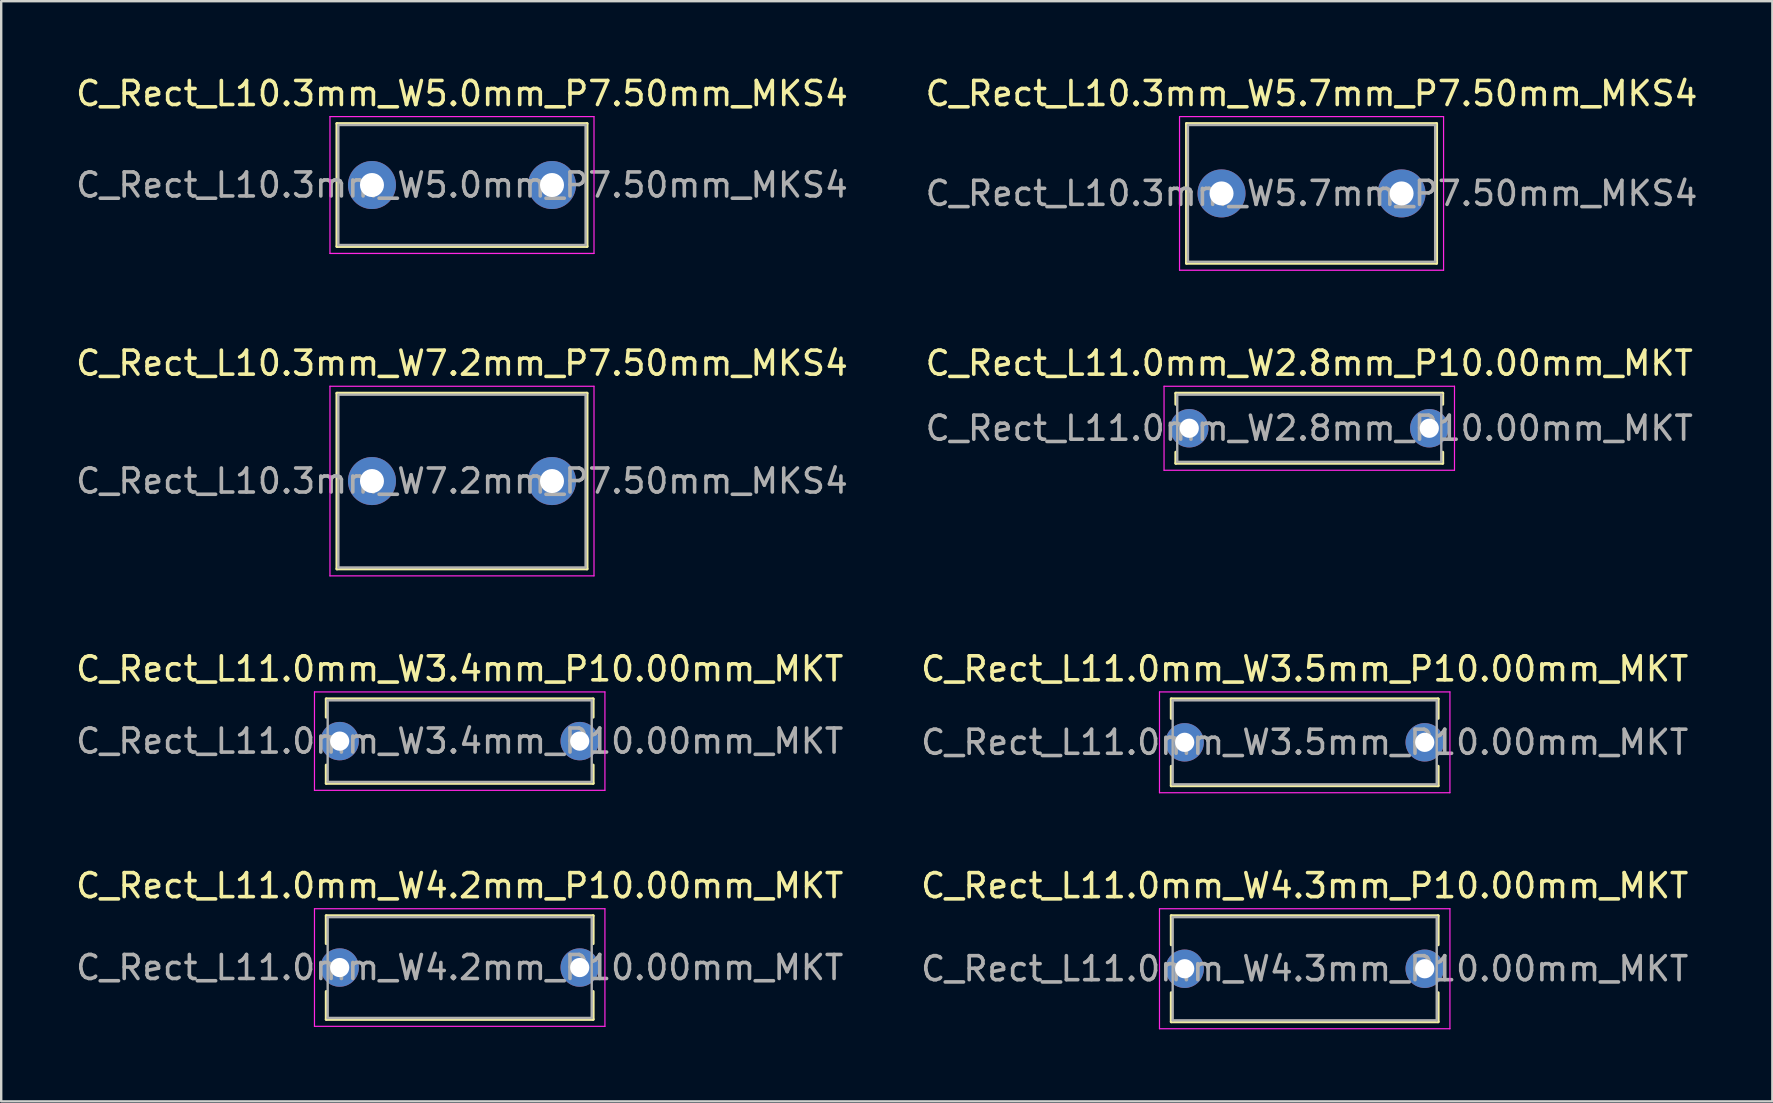
<source format=kicad_pcb>
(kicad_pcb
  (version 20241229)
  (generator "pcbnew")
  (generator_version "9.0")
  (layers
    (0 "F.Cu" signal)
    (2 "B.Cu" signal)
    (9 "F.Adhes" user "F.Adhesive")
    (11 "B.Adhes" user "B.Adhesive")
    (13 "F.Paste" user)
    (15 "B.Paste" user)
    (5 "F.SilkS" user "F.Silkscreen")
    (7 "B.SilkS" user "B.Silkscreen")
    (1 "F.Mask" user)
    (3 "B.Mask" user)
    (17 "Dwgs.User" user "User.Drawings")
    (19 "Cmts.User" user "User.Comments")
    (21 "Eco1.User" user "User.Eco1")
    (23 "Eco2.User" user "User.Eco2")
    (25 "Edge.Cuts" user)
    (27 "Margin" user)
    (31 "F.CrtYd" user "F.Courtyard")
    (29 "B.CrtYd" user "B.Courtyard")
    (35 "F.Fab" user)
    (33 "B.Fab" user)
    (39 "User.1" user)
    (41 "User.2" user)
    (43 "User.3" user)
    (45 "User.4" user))
  (footprint "C_Rect_L11.0mm_W4.3mm_P10.00mm_MKT"
    (layer "F.Cu")
    (at 46.304 37.308)
    (property "Reference" "C_Rect_L11.0mm_W4.3mm_P10.00mm_MKT" (at 5 -3.46 0) (layer "F.SilkS") (effects (font (size 1 1) (thickness 0.15))))
    (attr through_hole)
    (fp_line (start -0.56 -2.21) (end -0.56 -0.996) (stroke (width 0.12) (type solid)) (layer "F.SilkS"))
    (fp_line (start -0.56 -2.21) (end 10.56 -2.21) (stroke (width 0.12) (type solid)) (layer "F.SilkS"))
    (fp_line (start -0.56 0.996) (end -0.56 2.21) (stroke (width 0.12) (type solid)) (layer "F.SilkS"))
    (fp_line (start -0.56 2.21) (end 10.56 2.21) (stroke (width 0.12) (type solid)) (layer "F.SilkS"))
    (fp_line (start 10.56 -2.21) (end 10.56 -0.996) (stroke (width 0.12) (type solid)) (layer "F.SilkS"))
    (fp_line (start 10.56 0.996) (end 10.56 2.21) (stroke (width 0.12) (type solid)) (layer "F.SilkS"))
    (fp_line (start -1.05 -2.5) (end -1.05 2.5) (stroke (width 0.05) (type solid)) (layer "F.CrtYd"))
    (fp_line (start -1.05 2.5) (end 11.05 2.5) (stroke (width 0.05) (type solid)) (layer "F.CrtYd"))
    (fp_line (start 11.05 -2.5) (end -1.05 -2.5) (stroke (width 0.05) (type solid)) (layer "F.CrtYd"))
    (fp_line (start 11.05 2.5) (end 11.05 -2.5) (stroke (width 0.05) (type solid)) (layer "F.CrtYd"))
    (fp_line (start -0.5 -2.15) (end -0.5 2.15) (stroke (width 0.1) (type solid)) (layer "F.Fab"))
    (fp_line (start -0.5 2.15) (end 10.5 2.15) (stroke (width 0.1) (type solid)) (layer "F.Fab"))
    (fp_line (start 10.5 -2.15) (end -0.5 -2.15) (stroke (width 0.1) (type solid)) (layer "F.Fab"))
    (fp_line (start 10.5 2.15) (end 10.5 -2.15) (stroke (width 0.1) (type solid)) (layer "F.Fab"))
    (fp_text user "${REFERENCE}" (at 5 0 0) (layer "F.Fab") (effects (font (size 1 1) (thickness 0.15))))
    (pad "1" thru_hole circle (at 0 0) (size 1.6 1.6) (drill 0.8) (layers "*.Cu" "*.Mask"))
    (pad "2" thru_hole circle (at 10 0) (size 1.6 1.6) (drill 0.8) (layers "*.Cu" "*.Mask")))
  (footprint "C_Rect_L10.3mm_W5.7mm_P7.50mm_MKS4"
    (layer "F.Cu")
    (at 47.839 5.008)
    (property "Reference" "C_Rect_L10.3mm_W5.7mm_P7.50mm_MKS4" (at 3.75 -4.16 0) (layer "F.SilkS") (effects (font (size 1 1) (thickness 0.15))))
    (attr through_hole)
    (fp_line (start -1.46 -2.91) (end -1.46 2.91) (stroke (width 0.12) (type solid)) (layer "F.SilkS"))
    (fp_line (start -1.46 -2.91) (end 8.96 -2.91) (stroke (width 0.12) (type solid)) (layer "F.SilkS"))
    (fp_line (start -1.46 2.91) (end 8.96 2.91) (stroke (width 0.12) (type solid)) (layer "F.SilkS"))
    (fp_line (start 8.96 -2.91) (end 8.96 2.91) (stroke (width 0.12) (type solid)) (layer "F.SilkS"))
    (fp_line (start -1.75 -3.2) (end -1.75 3.2) (stroke (width 0.05) (type solid)) (layer "F.CrtYd"))
    (fp_line (start -1.75 3.2) (end 9.25 3.2) (stroke (width 0.05) (type solid)) (layer "F.CrtYd"))
    (fp_line (start 9.25 -3.2) (end -1.75 -3.2) (stroke (width 0.05) (type solid)) (layer "F.CrtYd"))
    (fp_line (start 9.25 3.2) (end 9.25 -3.2) (stroke (width 0.05) (type solid)) (layer "F.CrtYd"))
    (fp_line (start -1.4 -2.85) (end -1.4 2.85) (stroke (width 0.1) (type solid)) (layer "F.Fab"))
    (fp_line (start -1.4 2.85) (end 8.9 2.85) (stroke (width 0.1) (type solid)) (layer "F.Fab"))
    (fp_line (start 8.9 -2.85) (end -1.4 -2.85) (stroke (width 0.1) (type solid)) (layer "F.Fab"))
    (fp_line (start 8.9 2.85) (end 8.9 -2.85) (stroke (width 0.1) (type solid)) (layer "F.Fab"))
    (fp_text user "${REFERENCE}" (at 3.75 0 0) (layer "F.Fab") (effects (font (size 1 1) (thickness 0.15))))
    (pad "1" thru_hole circle (at 0 0) (size 2 2) (drill 1) (layers "*.Cu" "*.Mask"))
    (pad "2" thru_hole circle (at 7.5 0) (size 2 2) (drill 1) (layers "*.Cu" "*.Mask")))
  (footprint "C_Rect_L11.0mm_W3.4mm_P10.00mm_MKT"
    (layer "F.Cu")
    (at 11.101 27.825)
    (property "Reference" "C_Rect_L11.0mm_W3.4mm_P10.00mm_MKT" (at 5 -3.01 0) (layer "F.SilkS") (effects (font (size 1 1) (thickness 0.15))))
    (attr through_hole)
    (fp_line (start -0.56 -1.76) (end -0.56 -0.996) (stroke (width 0.12) (type solid)) (layer "F.SilkS"))
    (fp_line (start -0.56 -1.76) (end 10.56 -1.76) (stroke (width 0.12) (type solid)) (layer "F.SilkS"))
    (fp_line (start -0.56 0.996) (end -0.56 1.76) (stroke (width 0.12) (type solid)) (layer "F.SilkS"))
    (fp_line (start -0.56 1.76) (end 10.56 1.76) (stroke (width 0.12) (type solid)) (layer "F.SilkS"))
    (fp_line (start 10.56 -1.76) (end 10.56 -0.996) (stroke (width 0.12) (type solid)) (layer "F.SilkS"))
    (fp_line (start 10.56 0.996) (end 10.56 1.76) (stroke (width 0.12) (type solid)) (layer "F.SilkS"))
    (fp_line (start -1.05 -2.05) (end -1.05 2.05) (stroke (width 0.05) (type solid)) (layer "F.CrtYd"))
    (fp_line (start -1.05 2.05) (end 11.05 2.05) (stroke (width 0.05) (type solid)) (layer "F.CrtYd"))
    (fp_line (start 11.05 -2.05) (end -1.05 -2.05) (stroke (width 0.05) (type solid)) (layer "F.CrtYd"))
    (fp_line (start 11.05 2.05) (end 11.05 -2.05) (stroke (width 0.05) (type solid)) (layer "F.CrtYd"))
    (fp_line (start -0.5 -1.7) (end -0.5 1.7) (stroke (width 0.1) (type solid)) (layer "F.Fab"))
    (fp_line (start -0.5 1.7) (end 10.5 1.7) (stroke (width 0.1) (type solid)) (layer "F.Fab"))
    (fp_line (start 10.5 -1.7) (end -0.5 -1.7) (stroke (width 0.1) (type solid)) (layer "F.Fab"))
    (fp_line (start 10.5 1.7) (end 10.5 -1.7) (stroke (width 0.1) (type solid)) (layer "F.Fab"))
    (fp_text user "${REFERENCE}" (at 5 0 0) (layer "F.Fab") (effects (font (size 1 1) (thickness 0.15))))
    (pad "1" thru_hole circle (at 0 0) (size 1.6 1.6) (drill 0.8) (layers "*.Cu" "*.Mask"))
    (pad "2" thru_hole circle (at 10 0) (size 1.6 1.6) (drill 0.8) (layers "*.Cu" "*.Mask")))
  (footprint "C_Rect_L11.0mm_W2.8mm_P10.00mm_MKT"
    (layer "F.Cu")
    (at 46.494 14.791)
    (property "Reference" "C_Rect_L11.0mm_W2.8mm_P10.00mm_MKT" (at 5 -2.71 0) (layer "F.SilkS") (effects (font (size 1 1) (thickness 0.15))))
    (attr through_hole)
    (fp_line (start -0.56 -1.46) (end -0.56 -0.996) (stroke (width 0.12) (type solid)) (layer "F.SilkS"))
    (fp_line (start -0.56 -1.46) (end 10.56 -1.46) (stroke (width 0.12) (type solid)) (layer "F.SilkS"))
    (fp_line (start -0.56 0.996) (end -0.56 1.46) (stroke (width 0.12) (type solid)) (layer "F.SilkS"))
    (fp_line (start -0.56 1.46) (end 10.56 1.46) (stroke (width 0.12) (type solid)) (layer "F.SilkS"))
    (fp_line (start 10.56 -1.46) (end 10.56 -0.996) (stroke (width 0.12) (type solid)) (layer "F.SilkS"))
    (fp_line (start 10.56 0.996) (end 10.56 1.46) (stroke (width 0.12) (type solid)) (layer "F.SilkS"))
    (fp_line (start -1.05 -1.75) (end -1.05 1.75) (stroke (width 0.05) (type solid)) (layer "F.CrtYd"))
    (fp_line (start -1.05 1.75) (end 11.05 1.75) (stroke (width 0.05) (type solid)) (layer "F.CrtYd"))
    (fp_line (start 11.05 -1.75) (end -1.05 -1.75) (stroke (width 0.05) (type solid)) (layer "F.CrtYd"))
    (fp_line (start 11.05 1.75) (end 11.05 -1.75) (stroke (width 0.05) (type solid)) (layer "F.CrtYd"))
    (fp_line (start -0.5 -1.4) (end -0.5 1.4) (stroke (width 0.1) (type solid)) (layer "F.Fab"))
    (fp_line (start -0.5 1.4) (end 10.5 1.4) (stroke (width 0.1) (type solid)) (layer "F.Fab"))
    (fp_line (start 10.5 -1.4) (end -0.5 -1.4) (stroke (width 0.1) (type solid)) (layer "F.Fab"))
    (fp_line (start 10.5 1.4) (end 10.5 -1.4) (stroke (width 0.1) (type solid)) (layer "F.Fab"))
    (fp_text user "${REFERENCE}" (at 5 0 0) (layer "F.Fab") (effects (font (size 1 1) (thickness 0.15))))
    (pad "1" thru_hole circle (at 0 0) (size 1.6 1.6) (drill 0.8) (layers "*.Cu" "*.Mask"))
    (pad "2" thru_hole circle (at 10 0) (size 1.6 1.6) (drill 0.8) (layers "*.Cu" "*.Mask")))
  (footprint "C_Rect_L11.0mm_W3.5mm_P10.00mm_MKT"
    (layer "F.Cu")
    (at 46.304 27.875)
    (property "Reference" "C_Rect_L11.0mm_W3.5mm_P10.00mm_MKT" (at 5 -3.06 0) (layer "F.SilkS") (effects (font (size 1 1) (thickness 0.15))))
    (attr through_hole)
    (fp_line (start -0.56 -1.81) (end -0.56 -0.996) (stroke (width 0.12) (type solid)) (layer "F.SilkS"))
    (fp_line (start -0.56 -1.81) (end 10.56 -1.81) (stroke (width 0.12) (type solid)) (layer "F.SilkS"))
    (fp_line (start -0.56 0.996) (end -0.56 1.81) (stroke (width 0.12) (type solid)) (layer "F.SilkS"))
    (fp_line (start -0.56 1.81) (end 10.56 1.81) (stroke (width 0.12) (type solid)) (layer "F.SilkS"))
    (fp_line (start 10.56 -1.81) (end 10.56 -0.996) (stroke (width 0.12) (type solid)) (layer "F.SilkS"))
    (fp_line (start 10.56 0.996) (end 10.56 1.81) (stroke (width 0.12) (type solid)) (layer "F.SilkS"))
    (fp_line (start -1.05 -2.1) (end -1.05 2.1) (stroke (width 0.05) (type solid)) (layer "F.CrtYd"))
    (fp_line (start -1.05 2.1) (end 11.05 2.1) (stroke (width 0.05) (type solid)) (layer "F.CrtYd"))
    (fp_line (start 11.05 -2.1) (end -1.05 -2.1) (stroke (width 0.05) (type solid)) (layer "F.CrtYd"))
    (fp_line (start 11.05 2.1) (end 11.05 -2.1) (stroke (width 0.05) (type solid)) (layer "F.CrtYd"))
    (fp_line (start -0.5 -1.75) (end -0.5 1.75) (stroke (width 0.1) (type solid)) (layer "F.Fab"))
    (fp_line (start -0.5 1.75) (end 10.5 1.75) (stroke (width 0.1) (type solid)) (layer "F.Fab"))
    (fp_line (start 10.5 -1.75) (end -0.5 -1.75) (stroke (width 0.1) (type solid)) (layer "F.Fab"))
    (fp_line (start 10.5 1.75) (end 10.5 -1.75) (stroke (width 0.1) (type solid)) (layer "F.Fab"))
    (fp_text user "${REFERENCE}" (at 5 0 0) (layer "F.Fab") (effects (font (size 1 1) (thickness 0.15))))
    (pad "1" thru_hole circle (at 0 0) (size 1.6 1.6) (drill 0.8) (layers "*.Cu" "*.Mask"))
    (pad "2" thru_hole circle (at 10 0) (size 1.6 1.6) (drill 0.8) (layers "*.Cu" "*.Mask")))
  (footprint "C_Rect_L10.3mm_W7.2mm_P7.50mm_MKS4"
    (layer "F.Cu")
    (at 12.446 16.991)
    (property "Reference" "C_Rect_L10.3mm_W7.2mm_P7.50mm_MKS4" (at 3.75 -4.91 0) (layer "F.SilkS") (effects (font (size 1 1) (thickness 0.15))))
    (attr through_hole)
    (fp_line (start -1.46 -3.66) (end -1.46 3.66) (stroke (width 0.12) (type solid)) (layer "F.SilkS"))
    (fp_line (start -1.46 -3.66) (end 8.96 -3.66) (stroke (width 0.12) (type solid)) (layer "F.SilkS"))
    (fp_line (start -1.46 3.66) (end 8.96 3.66) (stroke (width 0.12) (type solid)) (layer "F.SilkS"))
    (fp_line (start 8.96 -3.66) (end 8.96 3.66) (stroke (width 0.12) (type solid)) (layer "F.SilkS"))
    (fp_line (start -1.75 -3.95) (end -1.75 3.95) (stroke (width 0.05) (type solid)) (layer "F.CrtYd"))
    (fp_line (start -1.75 3.95) (end 9.25 3.95) (stroke (width 0.05) (type solid)) (layer "F.CrtYd"))
    (fp_line (start 9.25 -3.95) (end -1.75 -3.95) (stroke (width 0.05) (type solid)) (layer "F.CrtYd"))
    (fp_line (start 9.25 3.95) (end 9.25 -3.95) (stroke (width 0.05) (type solid)) (layer "F.CrtYd"))
    (fp_line (start -1.4 -3.6) (end -1.4 3.6) (stroke (width 0.1) (type solid)) (layer "F.Fab"))
    (fp_line (start -1.4 3.6) (end 8.9 3.6) (stroke (width 0.1) (type solid)) (layer "F.Fab"))
    (fp_line (start 8.9 -3.6) (end -1.4 -3.6) (stroke (width 0.1) (type solid)) (layer "F.Fab"))
    (fp_line (start 8.9 3.6) (end 8.9 -3.6) (stroke (width 0.1) (type solid)) (layer "F.Fab"))
    (fp_text user "${REFERENCE}" (at 3.75 0 0) (layer "F.Fab") (effects (font (size 1 1) (thickness 0.15))))
    (pad "1" thru_hole circle (at 0 0) (size 2 2) (drill 1) (layers "*.Cu" "*.Mask"))
    (pad "2" thru_hole circle (at 7.5 0) (size 2 2) (drill 1) (layers "*.Cu" "*.Mask")))
  (footprint "C_Rect_L11.0mm_W4.2mm_P10.00mm_MKT"
    (layer "F.Cu")
    (at 11.101 37.258)
    (property "Reference" "C_Rect_L11.0mm_W4.2mm_P10.00mm_MKT" (at 5 -3.41 0) (layer "F.SilkS") (effects (font (size 1 1) (thickness 0.15))))
    (attr through_hole)
    (fp_line (start -0.56 -2.16) (end -0.56 -0.996) (stroke (width 0.12) (type solid)) (layer "F.SilkS"))
    (fp_line (start -0.56 -2.16) (end 10.56 -2.16) (stroke (width 0.12) (type solid)) (layer "F.SilkS"))
    (fp_line (start -0.56 0.996) (end -0.56 2.16) (stroke (width 0.12) (type solid)) (layer "F.SilkS"))
    (fp_line (start -0.56 2.16) (end 10.56 2.16) (stroke (width 0.12) (type solid)) (layer "F.SilkS"))
    (fp_line (start 10.56 -2.16) (end 10.56 -0.996) (stroke (width 0.12) (type solid)) (layer "F.SilkS"))
    (fp_line (start 10.56 0.996) (end 10.56 2.16) (stroke (width 0.12) (type solid)) (layer "F.SilkS"))
    (fp_line (start -1.05 -2.45) (end -1.05 2.45) (stroke (width 0.05) (type solid)) (layer "F.CrtYd"))
    (fp_line (start -1.05 2.45) (end 11.05 2.45) (stroke (width 0.05) (type solid)) (layer "F.CrtYd"))
    (fp_line (start 11.05 -2.45) (end -1.05 -2.45) (stroke (width 0.05) (type solid)) (layer "F.CrtYd"))
    (fp_line (start 11.05 2.45) (end 11.05 -2.45) (stroke (width 0.05) (type solid)) (layer "F.CrtYd"))
    (fp_line (start -0.5 -2.1) (end -0.5 2.1) (stroke (width 0.1) (type solid)) (layer "F.Fab"))
    (fp_line (start -0.5 2.1) (end 10.5 2.1) (stroke (width 0.1) (type solid)) (layer "F.Fab"))
    (fp_line (start 10.5 -2.1) (end -0.5 -2.1) (stroke (width 0.1) (type solid)) (layer "F.Fab"))
    (fp_line (start 10.5 2.1) (end 10.5 -2.1) (stroke (width 0.1) (type solid)) (layer "F.Fab"))
    (fp_text user "${REFERENCE}" (at 5 0 0) (layer "F.Fab") (effects (font (size 1 1) (thickness 0.15))))
    (pad "1" thru_hole circle (at 0 0) (size 1.6 1.6) (drill 0.8) (layers "*.Cu" "*.Mask"))
    (pad "2" thru_hole circle (at 10 0) (size 1.6 1.6) (drill 0.8) (layers "*.Cu" "*.Mask")))
  (footprint "C_Rect_L10.3mm_W5.0mm_P7.50mm_MKS4"
    (layer "F.Cu")
    (at 12.446 4.658)
    (property "Reference" "C_Rect_L10.3mm_W5.0mm_P7.50mm_MKS4" (at 3.75 -3.81 0) (layer "F.SilkS") (effects (font (size 1 1) (thickness 0.15))))
    (attr through_hole)
    (fp_line (start -1.46 -2.56) (end -1.46 2.56) (stroke (width 0.12) (type solid)) (layer "F.SilkS"))
    (fp_line (start -1.46 -2.56) (end 8.96 -2.56) (stroke (width 0.12) (type solid)) (layer "F.SilkS"))
    (fp_line (start -1.46 2.56) (end 8.96 2.56) (stroke (width 0.12) (type solid)) (layer "F.SilkS"))
    (fp_line (start 8.96 -2.56) (end 8.96 2.56) (stroke (width 0.12) (type solid)) (layer "F.SilkS"))
    (fp_line (start -1.75 -2.85) (end -1.75 2.85) (stroke (width 0.05) (type solid)) (layer "F.CrtYd"))
    (fp_line (start -1.75 2.85) (end 9.25 2.85) (stroke (width 0.05) (type solid)) (layer "F.CrtYd"))
    (fp_line (start 9.25 -2.85) (end -1.75 -2.85) (stroke (width 0.05) (type solid)) (layer "F.CrtYd"))
    (fp_line (start 9.25 2.85) (end 9.25 -2.85) (stroke (width 0.05) (type solid)) (layer "F.CrtYd"))
    (fp_line (start -1.4 -2.5) (end -1.4 2.5) (stroke (width 0.1) (type solid)) (layer "F.Fab"))
    (fp_line (start -1.4 2.5) (end 8.9 2.5) (stroke (width 0.1) (type solid)) (layer "F.Fab"))
    (fp_line (start 8.9 -2.5) (end -1.4 -2.5) (stroke (width 0.1) (type solid)) (layer "F.Fab"))
    (fp_line (start 8.9 2.5) (end 8.9 -2.5) (stroke (width 0.1) (type solid)) (layer "F.Fab"))
    (fp_text user "${REFERENCE}" (at 3.75 0 0) (layer "F.Fab") (effects (font (size 1 1) (thickness 0.15))))
    (pad "1" thru_hole circle (at 0 0) (size 2 2) (drill 1) (layers "*.Cu" "*.Mask"))
    (pad "2" thru_hole circle (at 7.5 0) (size 2 2) (drill 1) (layers "*.Cu" "*.Mask")))
  (gr_rect
    (start -3 -3)
    (end 70.786 42.833)
    (stroke (width 0.1) (type default))
    (fill no)
    (layer "Edge.Cuts")))
</source>
